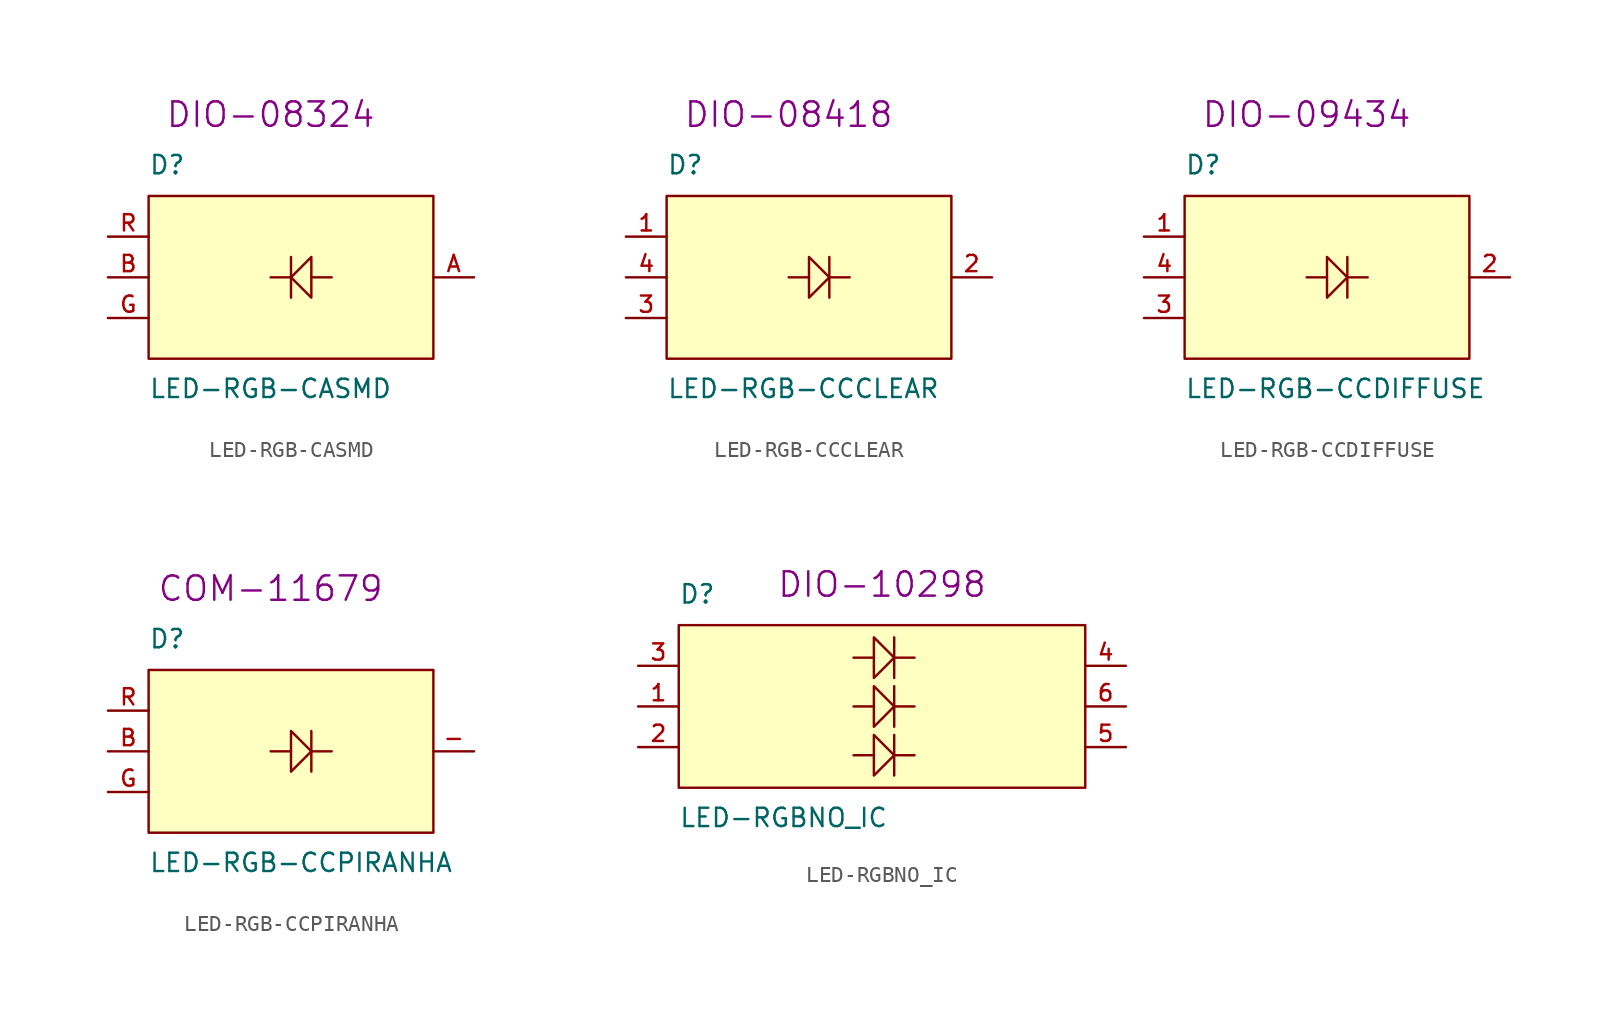
<source format=kicad_sym>
(kicad_symbol_lib
  (version 20211014)
  (generator kicad_symbol_editor)
  (symbol "LED-RGB-CASMD"
    (pin_names
      (offset 1.016) hide)
    (property "Reference" "D"
      (at -7.62 6.35 0)
      (effects (font (size 1.143 1.143)) (justify left bottom)))
    (property "Value" "LED-RGB-CASMD"
      (at -7.62 -7.62 0)
      (effects (font (size 1.143 1.143)) (justify left bottom)))
    (property "Field4" "DIO-08324"
      (at 0 10.16 0)
      (effects (font (size 1.524 1.524))))
    (property "ki_locked" ""
      (at 0 0 0)
      (effects (font (size 1.27 1.27))))
    (symbol "LED-RGB-CASMD_1_0"
      (polyline (pts (xy 1.27 -1.27) (xy 1.27 0)) (stroke (width 0) (type default) (color 0 0 0 0)) (fill (type none)))
      (polyline (pts (xy 1.27 0) (xy 0 0)) (stroke (width 0) (type default) (color 0 0 0 0)) (fill (type none)))
      (polyline (pts (xy 1.27 0) (xy 1.27 1.27)) (stroke (width 0) (type default) (color 0 0 0 0)) (fill (type none)))
      (polyline (pts (xy 2.54 0) (xy 3.81 0)) (stroke (width 0) (type default) (color 0 0 0 0)) (fill (type none))))
    (symbol "LED-RGB-CASMD_1_1"
      (polyline (pts (xy 2.54 -1.27) (xy 2.54 0) (xy 2.54 1.27) (xy 1.27 0) (xy 2.54 -1.27)) (stroke (width 0) (type default) (color 0 0 0 0)) (fill (type background)))
      (polyline (pts (xy 10.16 5.08) (xy 10.16 -5.08) (xy -7.62 -5.08) (xy -7.62 5.08) (xy 10.16 5.08)) (stroke (width 0) (type default) (color 0 0 0 0)) (fill (type background)))
      (pin bidirectional line (at 12.7 0 180) (length 2.54) (name "A" (effects (font (size 1.016 1.016)))) (number "A" (effects (font (size 1.016 1.016)))))
      (pin bidirectional line (at -10.16 0 0) (length 2.54) (name "BLU" (effects (font (size 1.016 1.016)))) (number "B" (effects (font (size 1.016 1.016)))))
      (pin bidirectional line (at -10.16 -2.54 0) (length 2.54) (name "GRN" (effects (font (size 1.016 1.016)))) (number "G" (effects (font (size 1.016 1.016)))))
      (pin bidirectional line (at -10.16 2.54 0) (length 2.54) (name "RED" (effects (font (size 1.016 1.016)))) (number "R" (effects (font (size 1.016 1.016)))))))
  (symbol "LED-RGB-CCCLEAR"
    (pin_names
      (offset 1.016) hide)
    (property "Reference" "D"
      (at -7.62 6.35 0)
      (effects (font (size 1.143 1.143)) (justify left bottom)))
    (property "Value" "LED-RGB-CCCLEAR"
      (at -7.62 -7.62 0)
      (effects (font (size 1.143 1.143)) (justify left bottom)))
    (property "Field4" "DIO-08418"
      (at 0 10.16 0)
      (effects (font (size 1.524 1.524))))
    (property "ki_locked" ""
      (at 0 0 0)
      (effects (font (size 1.27 1.27))))
    (symbol "LED-RGB-CCCLEAR_1_0"
      (polyline (pts (xy 1.27 0) (xy 0 0)) (stroke (width 0) (type default) (color 0 0 0 0)) (fill (type none)))
      (polyline (pts (xy 2.54 0) (xy 2.54 -1.27)) (stroke (width 0) (type default) (color 0 0 0 0)) (fill (type none)))
      (polyline (pts (xy 2.54 0) (xy 3.81 0)) (stroke (width 0) (type default) (color 0 0 0 0)) (fill (type none)))
      (polyline (pts (xy 2.54 1.27) (xy 2.54 0)) (stroke (width 0) (type default) (color 0 0 0 0)) (fill (type none))))
    (symbol "LED-RGB-CCCLEAR_1_1"
      (polyline (pts (xy 1.27 1.27) (xy 1.27 0) (xy 1.27 -1.27) (xy 2.54 0) (xy 1.27 1.27)) (stroke (width 0) (type default) (color 0 0 0 0)) (fill (type background)))
      (polyline (pts (xy 10.16 5.08) (xy 10.16 -5.08) (xy -7.62 -5.08) (xy -7.62 5.08) (xy 10.16 5.08)) (stroke (width 0) (type default) (color 0 0 0 0)) (fill (type background)))
      (pin bidirectional line (at -10.16 2.54 0) (length 2.54) (name "RED" (effects (font (size 1.016 1.016)))) (number "1" (effects (font (size 1.016 1.016)))))
      (pin bidirectional line (at 12.7 0 180) (length 2.54) (name "C" (effects (font (size 1.016 1.016)))) (number "2" (effects (font (size 1.016 1.016)))))
      (pin bidirectional line (at -10.16 -2.54 0) (length 2.54) (name "GRN" (effects (font (size 1.016 1.016)))) (number "3" (effects (font (size 1.016 1.016)))))
      (pin bidirectional line (at -10.16 0 0) (length 2.54) (name "BLU" (effects (font (size 1.016 1.016)))) (number "4" (effects (font (size 1.016 1.016)))))))
  (symbol "LED-RGB-CCDIFFUSE"
    (pin_names
      (offset 1.016) hide)
    (property "Reference" "D"
      (at -7.62 6.35 0)
      (effects (font (size 1.143 1.143)) (justify left bottom)))
    (property "Value" "LED-RGB-CCDIFFUSE"
      (at -7.62 -7.62 0)
      (effects (font (size 1.143 1.143)) (justify left bottom)))
    (property "Field4" "DIO-09434"
      (at 0 10.16 0)
      (effects (font (size 1.524 1.524))))
    (property "ki_locked" ""
      (at 0 0 0)
      (effects (font (size 1.27 1.27))))
    (symbol "LED-RGB-CCDIFFUSE_1_0"
      (polyline (pts (xy 1.27 0) (xy 0 0)) (stroke (width 0) (type default) (color 0 0 0 0)) (fill (type none)))
      (polyline (pts (xy 2.54 0) (xy 2.54 -1.27)) (stroke (width 0) (type default) (color 0 0 0 0)) (fill (type none)))
      (polyline (pts (xy 2.54 0) (xy 3.81 0)) (stroke (width 0) (type default) (color 0 0 0 0)) (fill (type none)))
      (polyline (pts (xy 2.54 1.27) (xy 2.54 0)) (stroke (width 0) (type default) (color 0 0 0 0)) (fill (type none))))
    (symbol "LED-RGB-CCDIFFUSE_1_1"
      (polyline (pts (xy 1.27 1.27) (xy 1.27 0) (xy 1.27 -1.27) (xy 2.54 0) (xy 1.27 1.27)) (stroke (width 0) (type default) (color 0 0 0 0)) (fill (type background)))
      (polyline (pts (xy 10.16 5.08) (xy 10.16 -5.08) (xy -7.62 -5.08) (xy -7.62 5.08) (xy 10.16 5.08)) (stroke (width 0) (type default) (color 0 0 0 0)) (fill (type background)))
      (pin bidirectional line (at -10.16 2.54 0) (length 2.54) (name "RED" (effects (font (size 1.016 1.016)))) (number "1" (effects (font (size 1.016 1.016)))))
      (pin bidirectional line (at 12.7 0 180) (length 2.54) (name "C" (effects (font (size 1.016 1.016)))) (number "2" (effects (font (size 1.016 1.016)))))
      (pin bidirectional line (at -10.16 -2.54 0) (length 2.54) (name "GRN" (effects (font (size 1.016 1.016)))) (number "3" (effects (font (size 1.016 1.016)))))
      (pin bidirectional line (at -10.16 0 0) (length 2.54) (name "BLU" (effects (font (size 1.016 1.016)))) (number "4" (effects (font (size 1.016 1.016)))))))
  (symbol "LED-RGB-CCPIRANHA"
    (pin_names
      (offset 1.016) hide)
    (property "Reference" "D"
      (at -7.62 6.35 0)
      (effects (font (size 1.143 1.143)) (justify left bottom)))
    (property "Value" "LED-RGB-CCPIRANHA"
      (at -7.62 -7.62 0)
      (effects (font (size 1.143 1.143)) (justify left bottom)))
    (property "Field4" "COM-11679"
      (at 0 10.16 0)
      (effects (font (size 1.524 1.524))))
    (property "ki_locked" ""
      (at 0 0 0)
      (effects (font (size 1.27 1.27))))
    (symbol "LED-RGB-CCPIRANHA_1_0"
      (polyline (pts (xy 1.27 0) (xy 0 0)) (stroke (width 0) (type default) (color 0 0 0 0)) (fill (type none)))
      (polyline (pts (xy 2.54 0) (xy 2.54 -1.27)) (stroke (width 0) (type default) (color 0 0 0 0)) (fill (type none)))
      (polyline (pts (xy 2.54 0) (xy 3.81 0)) (stroke (width 0) (type default) (color 0 0 0 0)) (fill (type none)))
      (polyline (pts (xy 2.54 1.27) (xy 2.54 0)) (stroke (width 0) (type default) (color 0 0 0 0)) (fill (type none))))
    (symbol "LED-RGB-CCPIRANHA_1_1"
      (polyline (pts (xy 1.27 1.27) (xy 1.27 0) (xy 1.27 -1.27) (xy 2.54 0) (xy 1.27 1.27)) (stroke (width 0) (type default) (color 0 0 0 0)) (fill (type background)))
      (polyline (pts (xy 10.16 5.08) (xy 10.16 -5.08) (xy -7.62 -5.08) (xy -7.62 5.08) (xy 10.16 5.08)) (stroke (width 0) (type default) (color 0 0 0 0)) (fill (type background)))
      (pin bidirectional line (at 12.7 0 180) (length 2.54) (name "C" (effects (font (size 1.016 1.016)))) (number "-" (effects (font (size 1.016 1.016)))))
      (pin bidirectional line (at -10.16 0 0) (length 2.54) (name "BLU" (effects (font (size 1.016 1.016)))) (number "B" (effects (font (size 1.016 1.016)))))
      (pin bidirectional line (at -10.16 -2.54 0) (length 2.54) (name "GRN" (effects (font (size 1.016 1.016)))) (number "G" (effects (font (size 1.016 1.016)))))
      (pin bidirectional line (at -10.16 2.54 0) (length 2.54) (name "RED" (effects (font (size 1.016 1.016)))) (number "R" (effects (font (size 1.016 1.016)))))))
  (symbol "LED-RGBNO_IC"
    (pin_names
      (offset 1.016) hide)
    (property "Reference" "D"
      (at -12.7 6.35 0)
      (effects (font (size 1.143 1.143)) (justify left bottom)))
    (property "Value" "LED-RGBNO_IC"
      (at -12.7 -7.62 0)
      (effects (font (size 1.143 1.143)) (justify left bottom)))
    (property "Field4" "DIO-10298"
      (at 0 7.62 0)
      (effects (font (size 1.524 1.524))))
    (property "ki_locked" ""
      (at 0 0 0)
      (effects (font (size 1.27 1.27))))
    (symbol "LED-RGBNO_IC_1_0"
      (polyline (pts (xy -0.508 -3.048) (xy -1.778 -3.048)) (stroke (width 0) (type default) (color 0 0 0 0)) (fill (type none)))
      (polyline (pts (xy -0.508 0) (xy -1.778 0)) (stroke (width 0) (type default) (color 0 0 0 0)) (fill (type none)))
      (polyline (pts (xy -0.508 3.048) (xy -1.778 3.048)) (stroke (width 0) (type default) (color 0 0 0 0)) (fill (type none)))
      (polyline (pts (xy 0.762 -4.318) (xy 0.762 -3.048)) (stroke (width 0) (type default) (color 0 0 0 0)) (fill (type none)))
      (polyline (pts (xy 0.762 -3.048) (xy 0.762 -1.778)) (stroke (width 0) (type default) (color 0 0 0 0)) (fill (type none)))
      (polyline (pts (xy 0.762 -3.048) (xy 2.032 -3.048)) (stroke (width 0) (type default) (color 0 0 0 0)) (fill (type none)))
      (polyline (pts (xy 0.762 -1.27) (xy 0.762 0)) (stroke (width 0) (type default) (color 0 0 0 0)) (fill (type none)))
      (polyline (pts (xy 0.762 0) (xy 0.762 1.27)) (stroke (width 0) (type default) (color 0 0 0 0)) (fill (type none)))
      (polyline (pts (xy 0.762 0) (xy 2.032 0)) (stroke (width 0) (type default) (color 0 0 0 0)) (fill (type none)))
      (polyline (pts (xy 0.762 1.778) (xy 0.762 3.048)) (stroke (width 0) (type default) (color 0 0 0 0)) (fill (type none)))
      (polyline (pts (xy 0.762 3.048) (xy 0.762 4.318)) (stroke (width 0) (type default) (color 0 0 0 0)) (fill (type none)))
      (polyline (pts (xy 0.762 3.048) (xy 2.032 3.048)) (stroke (width 0) (type default) (color 0 0 0 0)) (fill (type none))))
    (symbol "LED-RGBNO_IC_1_1"
      (polyline (pts (xy -12.7 5.08) (xy -12.7 -5.08) (xy 12.7 -5.08) (xy 12.7 5.08) (xy -12.7 5.08)) (stroke (width 0) (type default) (color 0 0 0 0)) (fill (type background)))
      (polyline (pts (xy -0.508 -4.318) (xy -0.508 -3.048) (xy -0.508 -1.778) (xy 0.762 -3.048) (xy -0.508 -4.318)) (stroke (width 0) (type default) (color 0 0 0 0)) (fill (type background)))
      (polyline (pts (xy -0.508 -1.27) (xy -0.508 0) (xy -0.508 1.27) (xy 0.762 0) (xy -0.508 -1.27)) (stroke (width 0) (type default) (color 0 0 0 0)) (fill (type background)))
      (polyline (pts (xy -0.508 1.778) (xy -0.508 3.048) (xy -0.508 4.318) (xy 0.762 3.048) (xy -0.508 1.778)) (stroke (width 0) (type default) (color 0 0 0 0)) (fill (type background)))
      (pin bidirectional line (at -15.24 0 0) (length 2.54) (name "GRN-A" (effects (font (size 1.016 1.016)))) (number "1" (effects (font (size 1.016 1.016)))))
      (pin bidirectional line (at -15.24 -2.54 0) (length 2.54) (name "RED-A" (effects (font (size 1.016 1.016)))) (number "2" (effects (font (size 1.016 1.016)))))
      (pin bidirectional line (at -15.24 2.54 0) (length 2.54) (name "BLU-A" (effects (font (size 1.016 1.016)))) (number "3" (effects (font (size 1.016 1.016)))))
      (pin bidirectional line (at 15.24 2.54 180) (length 2.54) (name "BLU-C" (effects (font (size 1.016 1.016)))) (number "4" (effects (font (size 1.016 1.016)))))
      (pin bidirectional line (at 15.24 -2.54 180) (length 2.54) (name "RED-C" (effects (font (size 1.016 1.016)))) (number "5" (effects (font (size 1.016 1.016)))))
      (pin bidirectional line (at 15.24 0 180) (length 2.54) (name "GRN-C" (effects (font (size 1.016 1.016)))) (number "6" (effects (font (size 1.016 1.016))))))))
</source>
